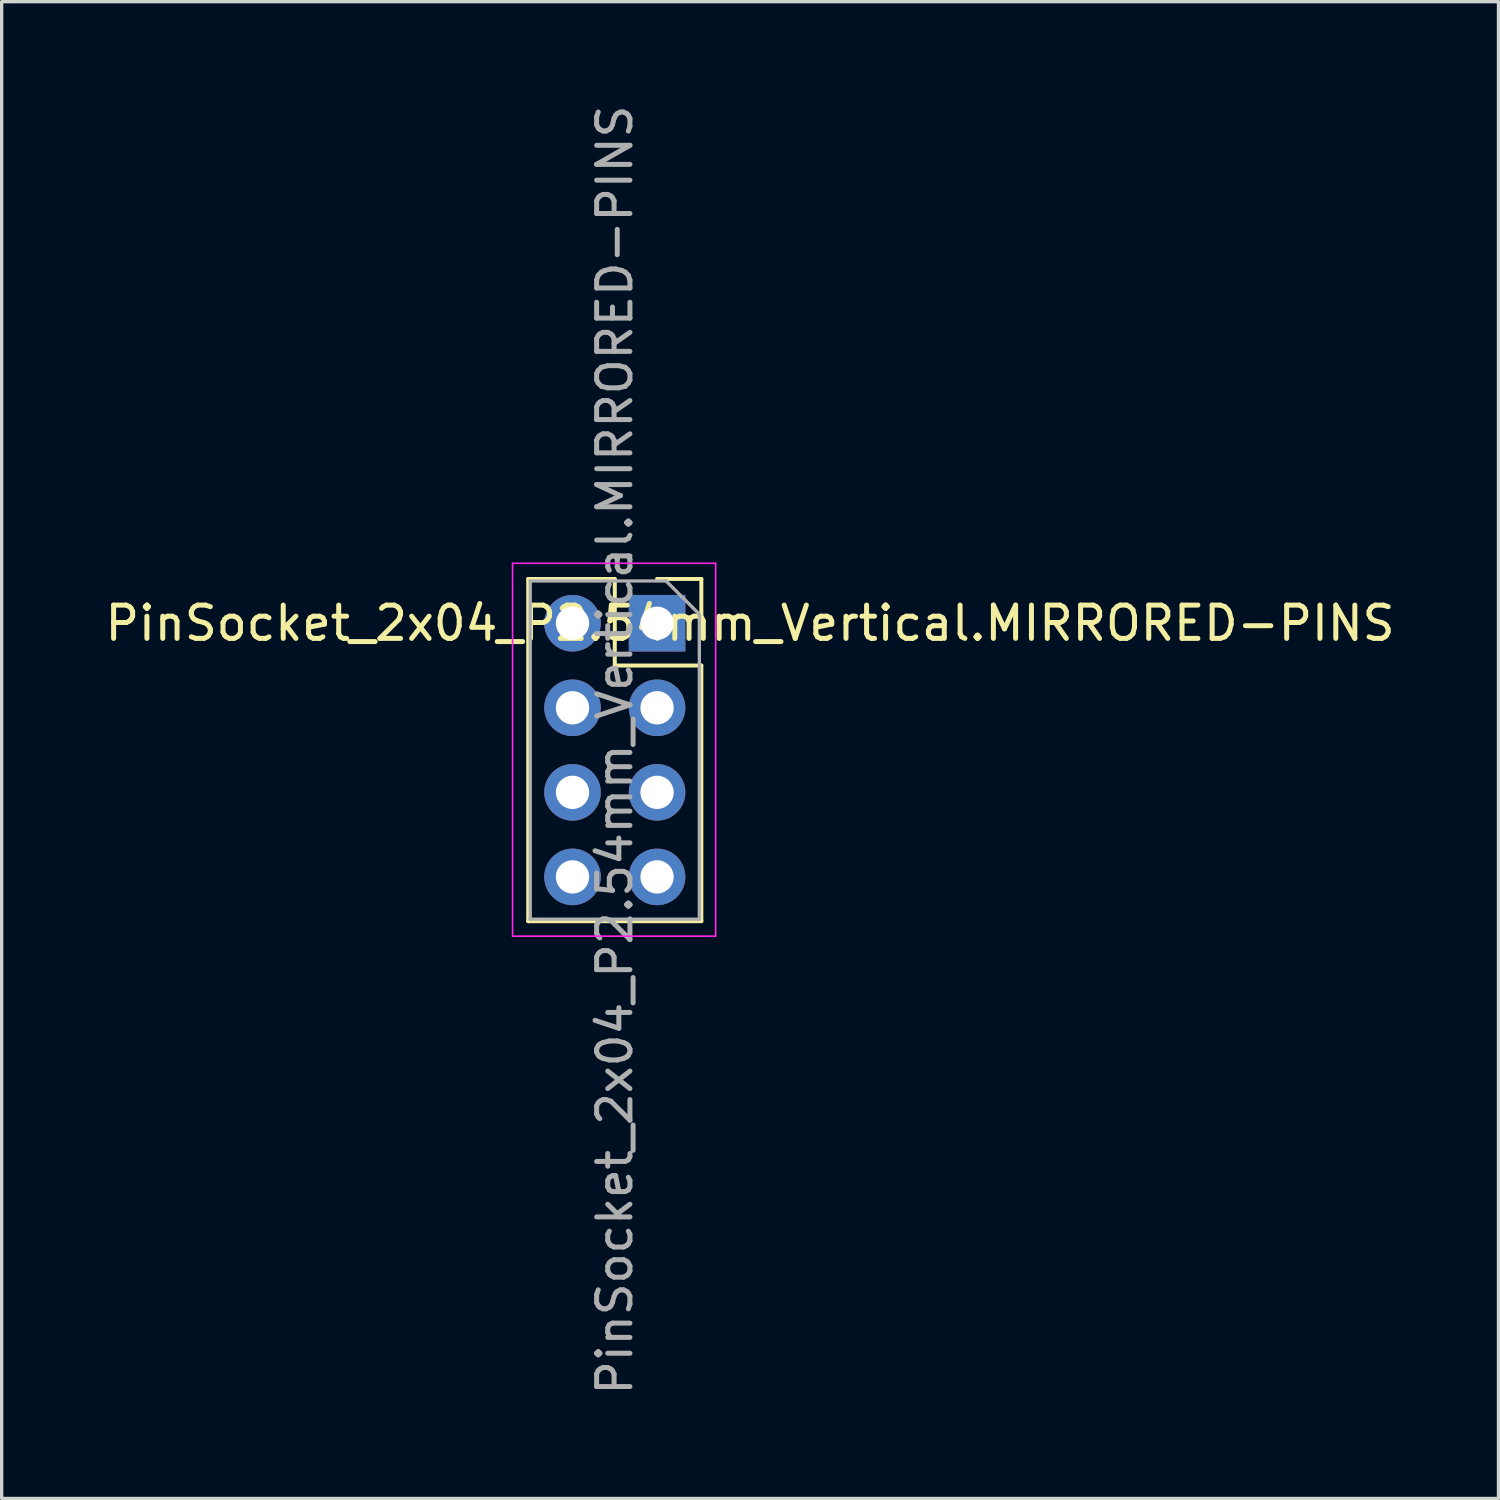
<source format=kicad_pcb>
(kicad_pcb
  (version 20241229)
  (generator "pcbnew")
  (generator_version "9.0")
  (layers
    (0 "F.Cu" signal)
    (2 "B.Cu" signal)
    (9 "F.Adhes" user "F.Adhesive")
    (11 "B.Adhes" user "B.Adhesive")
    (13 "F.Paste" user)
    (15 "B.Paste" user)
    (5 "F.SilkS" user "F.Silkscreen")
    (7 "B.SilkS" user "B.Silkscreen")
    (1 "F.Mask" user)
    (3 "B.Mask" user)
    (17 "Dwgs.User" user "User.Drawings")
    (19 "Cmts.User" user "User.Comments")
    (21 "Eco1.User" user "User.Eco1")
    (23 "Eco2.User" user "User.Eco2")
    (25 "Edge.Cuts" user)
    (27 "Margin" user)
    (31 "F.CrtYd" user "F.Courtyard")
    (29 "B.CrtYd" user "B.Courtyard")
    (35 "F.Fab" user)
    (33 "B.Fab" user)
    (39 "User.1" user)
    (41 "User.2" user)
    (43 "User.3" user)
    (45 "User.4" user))
  (footprint "PinSocket_2x04_P2.54mm_Vertical.MIRRORED-PINS"
    (layer "F.Cu")
    (at 16.688 15.672)
    (property "Reference" "PinSocket_2x04_P2.54mm_Vertical.MIRRORED-PINS" (at 2.794 0 0) (layer "F.SilkS") (effects (font (size 1 1) (thickness 0.15))))
    (attr through_hole)
    (fp_line (start -3.87 -1.33) (end -3.87 8.95) (stroke (width 0.12) (type solid)) (layer "F.SilkS"))
    (fp_line (start -3.87 -1.33) (end -1.27 -1.33) (stroke (width 0.12) (type solid)) (layer "F.SilkS"))
    (fp_line (start -3.87 8.95) (end 1.33 8.95) (stroke (width 0.12) (type solid)) (layer "F.SilkS"))
    (fp_line (start -1.27 -1.33) (end -1.27 1.27) (stroke (width 0.12) (type solid)) (layer "F.SilkS"))
    (fp_line (start -1.27 1.27) (end 1.33 1.27) (stroke (width 0.12) (type solid)) (layer "F.SilkS"))
    (fp_line (start 0 -1.33) (end 1.33 -1.33) (stroke (width 0.12) (type solid)) (layer "F.SilkS"))
    (fp_line (start 1.33 -1.33) (end 1.33 0) (stroke (width 0.12) (type solid)) (layer "F.SilkS"))
    (fp_line (start 1.33 1.27) (end 1.33 8.95) (stroke (width 0.12) (type solid)) (layer "F.SilkS"))
    (fp_line (start -4.34 -1.8) (end 1.76 -1.8) (stroke (width 0.05) (type solid)) (layer "F.CrtYd"))
    (fp_line (start -4.34 9.4) (end -4.34 -1.8) (stroke (width 0.05) (type solid)) (layer "F.CrtYd"))
    (fp_line (start 1.76 -1.8) (end 1.76 9.4) (stroke (width 0.05) (type solid)) (layer "F.CrtYd"))
    (fp_line (start 1.76 9.4) (end -4.34 9.4) (stroke (width 0.05) (type solid)) (layer "F.CrtYd"))
    (fp_line (start -3.81 -1.27) (end 0.27 -1.27) (stroke (width 0.1) (type solid)) (layer "F.Fab"))
    (fp_line (start -3.81 8.89) (end -3.81 -1.27) (stroke (width 0.1) (type solid)) (layer "F.Fab"))
    (fp_line (start 0.27 -1.27) (end 1.27 -0.27) (stroke (width 0.1) (type solid)) (layer "F.Fab"))
    (fp_line (start 1.27 -0.27) (end 1.27 8.89) (stroke (width 0.1) (type solid)) (layer "F.Fab"))
    (fp_line (start 1.27 8.89) (end -3.81 8.89) (stroke (width 0.1) (type solid)) (layer "F.Fab"))
    (fp_text user "${REFERENCE}" (at -1.27 3.81 90) (layer "F.Fab") (effects (font (size 1 1) (thickness 0.15))))
    (pad "1" thru_hole oval (at -2.54 0) (size 1.7 1.7) (drill 1) (layers "*.Cu" "*.Mask"))
    (pad "2" thru_hole rect (at 0 0) (size 1.7 1.7) (drill 1) (layers "*.Cu" "*.Mask"))
    (pad "3" thru_hole oval (at -2.54 2.54) (size 1.7 1.7) (drill 1) (layers "*.Cu" "*.Mask"))
    (pad "4" thru_hole oval (at 0 2.54) (size 1.7 1.7) (drill 1) (layers "*.Cu" "*.Mask"))
    (pad "5" thru_hole oval (at -2.54 5.08) (size 1.7 1.7) (drill 1) (layers "*.Cu" "*.Mask"))
    (pad "6" thru_hole oval (at 0 5.08) (size 1.7 1.7) (drill 1) (layers "*.Cu" "*.Mask"))
    (pad "7" thru_hole oval (at -2.54 7.62) (size 1.7 1.7) (drill 1) (layers "*.Cu" "*.Mask"))
    (pad "8" thru_hole oval (at 0 7.62) (size 1.7 1.7) (drill 1) (layers "*.Cu" "*.Mask")))
  (gr_rect
    (start -3 -3)
    (end 41.964 41.964)
    (stroke (width 0.1) (type default))
    (fill no)
    (layer "Edge.Cuts")))
</source>
